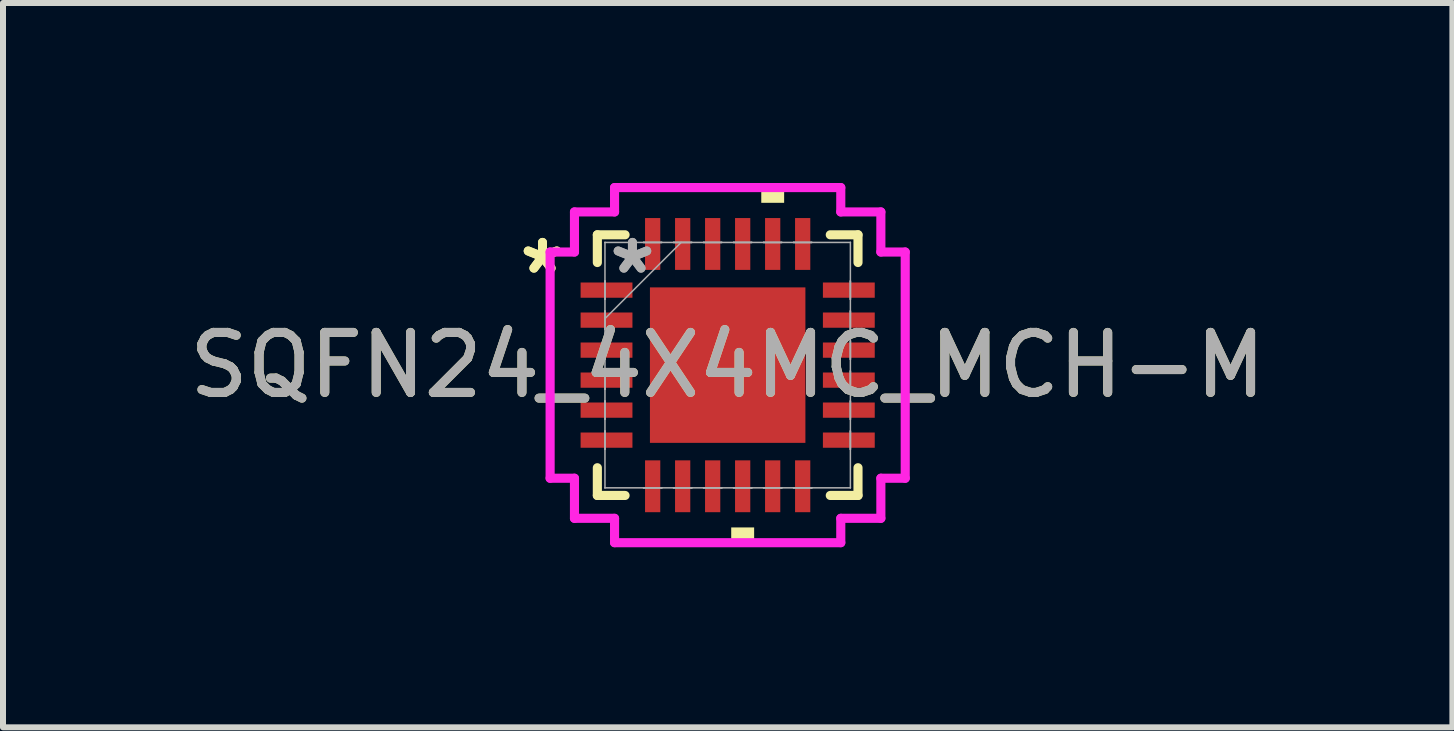
<source format=kicad_pcb>
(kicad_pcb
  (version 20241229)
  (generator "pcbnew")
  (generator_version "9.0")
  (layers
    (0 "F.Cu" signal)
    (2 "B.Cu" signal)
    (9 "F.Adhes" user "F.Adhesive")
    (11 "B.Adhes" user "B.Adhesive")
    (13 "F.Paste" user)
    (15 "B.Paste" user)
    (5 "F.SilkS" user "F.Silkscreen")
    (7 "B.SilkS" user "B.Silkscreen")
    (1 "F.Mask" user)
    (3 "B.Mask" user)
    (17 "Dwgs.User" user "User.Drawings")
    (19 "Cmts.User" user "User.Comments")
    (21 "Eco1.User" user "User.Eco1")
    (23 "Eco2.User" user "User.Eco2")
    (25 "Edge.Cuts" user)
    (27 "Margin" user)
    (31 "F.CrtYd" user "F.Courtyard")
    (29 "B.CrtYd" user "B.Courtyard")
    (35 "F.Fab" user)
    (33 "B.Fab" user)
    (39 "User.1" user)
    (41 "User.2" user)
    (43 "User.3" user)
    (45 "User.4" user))
  (footprint "SQFN24_4X4MC_MCH-M"
    (layer "F.Cu")
    (at 9.077 3.035)
    (property "Reference" "SQFN24_4X4MC_MCH-M" (at 0 0 0) (unlocked yes) (layer "F.SilkS") (effects (font (size 1 1) (thickness 0.15))))
    (attr smd)
    (fp_line (start -2.172 -2.172) (end -2.172 -1.71) (stroke (width 0.152) (type solid)) (layer "F.SilkS"))
    (fp_line (start -2.172 1.71) (end -2.172 2.172) (stroke (width 0.152) (type solid)) (layer "F.SilkS"))
    (fp_line (start -2.172 2.172) (end -1.71 2.172) (stroke (width 0.152) (type solid)) (layer "F.SilkS"))
    (fp_line (start -1.71 -2.172) (end -2.172 -2.172) (stroke (width 0.152) (type solid)) (layer "F.SilkS"))
    (fp_line (start 1.71 2.172) (end 2.172 2.172) (stroke (width 0.152) (type solid)) (layer "F.SilkS"))
    (fp_line (start 2.172 -2.172) (end 1.71 -2.172) (stroke (width 0.152) (type solid)) (layer "F.SilkS"))
    (fp_line (start 2.172 -1.71) (end 2.172 -2.172) (stroke (width 0.152) (type solid)) (layer "F.SilkS"))
    (fp_line (start 2.172 2.172) (end 2.172 1.71) (stroke (width 0.152) (type solid)) (layer "F.SilkS"))
    (fp_poly (pts (xy 0.059 2.705) (xy 0.059 2.959) (xy 0.441 2.959) (xy 0.441 2.705)) (stroke (width 0) (type solid)) (fill yes) (layer "F.SilkS"))
    (fp_poly (pts (xy 0.56 -2.705) (xy 0.56 -2.959) (xy 0.941 -2.959) (xy 0.941 -2.705)) (stroke (width 0) (type solid)) (fill yes) (layer "F.SilkS"))
    (fp_poly (pts (xy -1.195 -1.195) (xy -1.195 -0.1) (xy -0.1 -0.1) (xy -0.1 -1.195)) (stroke (width 0) (type solid)) (fill yes) (layer "F.Paste"))
    (fp_poly (pts (xy -1.195 0.1) (xy -1.195 1.195) (xy -0.1 1.195) (xy -0.1 0.1)) (stroke (width 0) (type solid)) (fill yes) (layer "F.Paste"))
    (fp_poly (pts (xy 0.1 -1.195) (xy 0.1 -0.1) (xy 1.195 -0.1) (xy 1.195 -1.195)) (stroke (width 0) (type solid)) (fill yes) (layer "F.Paste"))
    (fp_poly (pts (xy 0.1 0.1) (xy 0.1 1.195) (xy 1.195 1.195) (xy 1.195 0.1)) (stroke (width 0) (type solid)) (fill yes) (layer "F.Paste"))
    (fp_line (start -2.959 -1.885) (end -2.553 -1.885) (stroke (width 0.152) (type solid)) (layer "F.CrtYd"))
    (fp_line (start -2.959 1.885) (end -2.959 -1.885) (stroke (width 0.152) (type solid)) (layer "F.CrtYd"))
    (fp_line (start -2.553 -2.553) (end -1.885 -2.553) (stroke (width 0.152) (type solid)) (layer "F.CrtYd"))
    (fp_line (start -2.553 -1.885) (end -2.553 -2.553) (stroke (width 0.152) (type solid)) (layer "F.CrtYd"))
    (fp_line (start -2.553 1.885) (end -2.959 1.885) (stroke (width 0.152) (type solid)) (layer "F.CrtYd"))
    (fp_line (start -2.553 2.553) (end -2.553 1.885) (stroke (width 0.152) (type solid)) (layer "F.CrtYd"))
    (fp_line (start -1.885 -2.959) (end 1.885 -2.959) (stroke (width 0.152) (type solid)) (layer "F.CrtYd"))
    (fp_line (start -1.885 -2.553) (end -1.885 -2.959) (stroke (width 0.152) (type solid)) (layer "F.CrtYd"))
    (fp_line (start -1.885 2.553) (end -2.553 2.553) (stroke (width 0.152) (type solid)) (layer "F.CrtYd"))
    (fp_line (start -1.885 2.959) (end -1.885 2.553) (stroke (width 0.152) (type solid)) (layer "F.CrtYd"))
    (fp_line (start 1.885 -2.959) (end 1.885 -2.553) (stroke (width 0.152) (type solid)) (layer "F.CrtYd"))
    (fp_line (start 1.885 -2.553) (end 2.553 -2.553) (stroke (width 0.152) (type solid)) (layer "F.CrtYd"))
    (fp_line (start 1.885 2.553) (end 1.885 2.959) (stroke (width 0.152) (type solid)) (layer "F.CrtYd"))
    (fp_line (start 1.885 2.959) (end -1.885 2.959) (stroke (width 0.152) (type solid)) (layer "F.CrtYd"))
    (fp_line (start 2.553 -2.553) (end 2.553 -1.885) (stroke (width 0.152) (type solid)) (layer "F.CrtYd"))
    (fp_line (start 2.553 -1.885) (end 2.959 -1.885) (stroke (width 0.152) (type solid)) (layer "F.CrtYd"))
    (fp_line (start 2.553 1.885) (end 2.553 2.553) (stroke (width 0.152) (type solid)) (layer "F.CrtYd"))
    (fp_line (start 2.553 2.553) (end 1.885 2.553) (stroke (width 0.152) (type solid)) (layer "F.CrtYd"))
    (fp_line (start 2.959 -1.885) (end 2.959 1.885) (stroke (width 0.152) (type solid)) (layer "F.CrtYd"))
    (fp_line (start 2.959 1.885) (end 2.553 1.885) (stroke (width 0.152) (type solid)) (layer "F.CrtYd"))
    (fp_line (start -2.045 -2.045) (end -2.045 -2.045) (stroke (width 0.025) (type solid)) (layer "F.Fab"))
    (fp_line (start -2.045 -2.045) (end -2.045 2.045) (stroke (width 0.025) (type solid)) (layer "F.Fab"))
    (fp_line (start -2.045 -1.402) (end -2.045 -1.402) (stroke (width 0.025) (type solid)) (layer "F.Fab"))
    (fp_line (start -2.045 -1.402) (end -2.045 -1.098) (stroke (width 0.025) (type solid)) (layer "F.Fab"))
    (fp_line (start -2.045 -1.098) (end -2.045 -1.402) (stroke (width 0.025) (type solid)) (layer "F.Fab"))
    (fp_line (start -2.045 -1.098) (end -2.045 -1.098) (stroke (width 0.025) (type solid)) (layer "F.Fab"))
    (fp_line (start -2.045 -0.902) (end -2.045 -0.902) (stroke (width 0.025) (type solid)) (layer "F.Fab"))
    (fp_line (start -2.045 -0.902) (end -2.045 -0.598) (stroke (width 0.025) (type solid)) (layer "F.Fab"))
    (fp_line (start -2.045 -0.775) (end -0.775 -2.045) (stroke (width 0.025) (type solid)) (layer "F.Fab"))
    (fp_line (start -2.045 -0.598) (end -2.045 -0.902) (stroke (width 0.025) (type solid)) (layer "F.Fab"))
    (fp_line (start -2.045 -0.598) (end -2.045 -0.598) (stroke (width 0.025) (type solid)) (layer "F.Fab"))
    (fp_line (start -2.045 -0.402) (end -2.045 -0.402) (stroke (width 0.025) (type solid)) (layer "F.Fab"))
    (fp_line (start -2.045 -0.402) (end -2.045 -0.098) (stroke (width 0.025) (type solid)) (layer "F.Fab"))
    (fp_line (start -2.045 -0.098) (end -2.045 -0.402) (stroke (width 0.025) (type solid)) (layer "F.Fab"))
    (fp_line (start -2.045 -0.098) (end -2.045 -0.098) (stroke (width 0.025) (type solid)) (layer "F.Fab"))
    (fp_line (start -2.045 0.098) (end -2.045 0.098) (stroke (width 0.025) (type solid)) (layer "F.Fab"))
    (fp_line (start -2.045 0.098) (end -2.045 0.402) (stroke (width 0.025) (type solid)) (layer "F.Fab"))
    (fp_line (start -2.045 0.402) (end -2.045 0.098) (stroke (width 0.025) (type solid)) (layer "F.Fab"))
    (fp_line (start -2.045 0.402) (end -2.045 0.402) (stroke (width 0.025) (type solid)) (layer "F.Fab"))
    (fp_line (start -2.045 0.598) (end -2.045 0.598) (stroke (width 0.025) (type solid)) (layer "F.Fab"))
    (fp_line (start -2.045 0.598) (end -2.045 0.902) (stroke (width 0.025) (type solid)) (layer "F.Fab"))
    (fp_line (start -2.045 0.902) (end -2.045 0.598) (stroke (width 0.025) (type solid)) (layer "F.Fab"))
    (fp_line (start -2.045 0.902) (end -2.045 0.902) (stroke (width 0.025) (type solid)) (layer "F.Fab"))
    (fp_line (start -2.045 1.098) (end -2.045 1.098) (stroke (width 0.025) (type solid)) (layer "F.Fab"))
    (fp_line (start -2.045 1.098) (end -2.045 1.402) (stroke (width 0.025) (type solid)) (layer "F.Fab"))
    (fp_line (start -2.045 1.402) (end -2.045 1.098) (stroke (width 0.025) (type solid)) (layer "F.Fab"))
    (fp_line (start -2.045 1.402) (end -2.045 1.402) (stroke (width 0.025) (type solid)) (layer "F.Fab"))
    (fp_line (start -2.045 2.045) (end -2.045 2.045) (stroke (width 0.025) (type solid)) (layer "F.Fab"))
    (fp_line (start -2.045 2.045) (end 2.045 2.045) (stroke (width 0.025) (type solid)) (layer "F.Fab"))
    (fp_line (start -1.402 -2.045) (end -1.402 -2.045) (stroke (width 0.025) (type solid)) (layer "F.Fab"))
    (fp_line (start -1.402 -2.045) (end -1.098 -2.045) (stroke (width 0.025) (type solid)) (layer "F.Fab"))
    (fp_line (start -1.402 2.045) (end -1.402 2.045) (stroke (width 0.025) (type solid)) (layer "F.Fab"))
    (fp_line (start -1.402 2.045) (end -1.098 2.045) (stroke (width 0.025) (type solid)) (layer "F.Fab"))
    (fp_line (start -1.098 -2.045) (end -1.402 -2.045) (stroke (width 0.025) (type solid)) (layer "F.Fab"))
    (fp_line (start -1.098 -2.045) (end -1.098 -2.045) (stroke (width 0.025) (type solid)) (layer "F.Fab"))
    (fp_line (start -1.098 2.045) (end -1.402 2.045) (stroke (width 0.025) (type solid)) (layer "F.Fab"))
    (fp_line (start -1.098 2.045) (end -1.098 2.045) (stroke (width 0.025) (type solid)) (layer "F.Fab"))
    (fp_line (start -0.902 -2.045) (end -0.902 -2.045) (stroke (width 0.025) (type solid)) (layer "F.Fab"))
    (fp_line (start -0.902 -2.045) (end -0.598 -2.045) (stroke (width 0.025) (type solid)) (layer "F.Fab"))
    (fp_line (start -0.902 2.045) (end -0.902 2.045) (stroke (width 0.025) (type solid)) (layer "F.Fab"))
    (fp_line (start -0.902 2.045) (end -0.598 2.045) (stroke (width 0.025) (type solid)) (layer "F.Fab"))
    (fp_line (start -0.598 -2.045) (end -0.902 -2.045) (stroke (width 0.025) (type solid)) (layer "F.Fab"))
    (fp_line (start -0.598 -2.045) (end -0.598 -2.045) (stroke (width 0.025) (type solid)) (layer "F.Fab"))
    (fp_line (start -0.598 2.045) (end -0.902 2.045) (stroke (width 0.025) (type solid)) (layer "F.Fab"))
    (fp_line (start -0.598 2.045) (end -0.598 2.045) (stroke (width 0.025) (type solid)) (layer "F.Fab"))
    (fp_line (start -0.402 -2.045) (end -0.402 -2.045) (stroke (width 0.025) (type solid)) (layer "F.Fab"))
    (fp_line (start -0.402 -2.045) (end -0.098 -2.045) (stroke (width 0.025) (type solid)) (layer "F.Fab"))
    (fp_line (start -0.402 2.045) (end -0.402 2.045) (stroke (width 0.025) (type solid)) (layer "F.Fab"))
    (fp_line (start -0.402 2.045) (end -0.098 2.045) (stroke (width 0.025) (type solid)) (layer "F.Fab"))
    (fp_line (start -0.098 -2.045) (end -0.402 -2.045) (stroke (width 0.025) (type solid)) (layer "F.Fab"))
    (fp_line (start -0.098 -2.045) (end -0.098 -2.045) (stroke (width 0.025) (type solid)) (layer "F.Fab"))
    (fp_line (start -0.098 2.045) (end -0.402 2.045) (stroke (width 0.025) (type solid)) (layer "F.Fab"))
    (fp_line (start -0.098 2.045) (end -0.098 2.045) (stroke (width 0.025) (type solid)) (layer "F.Fab"))
    (fp_line (start 0.098 -2.045) (end 0.098 -2.045) (stroke (width 0.025) (type solid)) (layer "F.Fab"))
    (fp_line (start 0.098 -2.045) (end 0.402 -2.045) (stroke (width 0.025) (type solid)) (layer "F.Fab"))
    (fp_line (start 0.098 2.045) (end 0.098 2.045) (stroke (width 0.025) (type solid)) (layer "F.Fab"))
    (fp_line (start 0.098 2.045) (end 0.402 2.045) (stroke (width 0.025) (type solid)) (layer "F.Fab"))
    (fp_line (start 0.402 -2.045) (end 0.098 -2.045) (stroke (width 0.025) (type solid)) (layer "F.Fab"))
    (fp_line (start 0.402 -2.045) (end 0.402 -2.045) (stroke (width 0.025) (type solid)) (layer "F.Fab"))
    (fp_line (start 0.402 2.045) (end 0.098 2.045) (stroke (width 0.025) (type solid)) (layer "F.Fab"))
    (fp_line (start 0.402 2.045) (end 0.402 2.045) (stroke (width 0.025) (type solid)) (layer "F.Fab"))
    (fp_line (start 0.598 -2.045) (end 0.598 -2.045) (stroke (width 0.025) (type solid)) (layer "F.Fab"))
    (fp_line (start 0.598 -2.045) (end 0.902 -2.045) (stroke (width 0.025) (type solid)) (layer "F.Fab"))
    (fp_line (start 0.598 2.045) (end 0.598 2.045) (stroke (width 0.025) (type solid)) (layer "F.Fab"))
    (fp_line (start 0.598 2.045) (end 0.902 2.045) (stroke (width 0.025) (type solid)) (layer "F.Fab"))
    (fp_line (start 0.902 -2.045) (end 0.598 -2.045) (stroke (width 0.025) (type solid)) (layer "F.Fab"))
    (fp_line (start 0.902 -2.045) (end 0.902 -2.045) (stroke (width 0.025) (type solid)) (layer "F.Fab"))
    (fp_line (start 0.902 2.045) (end 0.598 2.045) (stroke (width 0.025) (type solid)) (layer "F.Fab"))
    (fp_line (start 0.902 2.045) (end 0.902 2.045) (stroke (width 0.025) (type solid)) (layer "F.Fab"))
    (fp_line (start 1.098 -2.045) (end 1.098 -2.045) (stroke (width 0.025) (type solid)) (layer "F.Fab"))
    (fp_line (start 1.098 -2.045) (end 1.402 -2.045) (stroke (width 0.025) (type solid)) (layer "F.Fab"))
    (fp_line (start 1.098 2.045) (end 1.098 2.045) (stroke (width 0.025) (type solid)) (layer "F.Fab"))
    (fp_line (start 1.098 2.045) (end 1.402 2.045) (stroke (width 0.025) (type solid)) (layer "F.Fab"))
    (fp_line (start 1.402 -2.045) (end 1.098 -2.045) (stroke (width 0.025) (type solid)) (layer "F.Fab"))
    (fp_line (start 1.402 -2.045) (end 1.402 -2.045) (stroke (width 0.025) (type solid)) (layer "F.Fab"))
    (fp_line (start 1.402 2.045) (end 1.098 2.045) (stroke (width 0.025) (type solid)) (layer "F.Fab"))
    (fp_line (start 1.402 2.045) (end 1.402 2.045) (stroke (width 0.025) (type solid)) (layer "F.Fab"))
    (fp_line (start 2.045 -2.045) (end -2.045 -2.045) (stroke (width 0.025) (type solid)) (layer "F.Fab"))
    (fp_line (start 2.045 -2.045) (end 2.045 -2.045) (stroke (width 0.025) (type solid)) (layer "F.Fab"))
    (fp_line (start 2.045 -1.402) (end 2.045 -1.402) (stroke (width 0.025) (type solid)) (layer "F.Fab"))
    (fp_line (start 2.045 -1.402) (end 2.045 -1.098) (stroke (width 0.025) (type solid)) (layer "F.Fab"))
    (fp_line (start 2.045 -1.098) (end 2.045 -1.402) (stroke (width 0.025) (type solid)) (layer "F.Fab"))
    (fp_line (start 2.045 -1.098) (end 2.045 -1.098) (stroke (width 0.025) (type solid)) (layer "F.Fab"))
    (fp_line (start 2.045 -0.902) (end 2.045 -0.902) (stroke (width 0.025) (type solid)) (layer "F.Fab"))
    (fp_line (start 2.045 -0.902) (end 2.045 -0.598) (stroke (width 0.025) (type solid)) (layer "F.Fab"))
    (fp_line (start 2.045 -0.598) (end 2.045 -0.902) (stroke (width 0.025) (type solid)) (layer "F.Fab"))
    (fp_line (start 2.045 -0.598) (end 2.045 -0.598) (stroke (width 0.025) (type solid)) (layer "F.Fab"))
    (fp_line (start 2.045 -0.402) (end 2.045 -0.402) (stroke (width 0.025) (type solid)) (layer "F.Fab"))
    (fp_line (start 2.045 -0.402) (end 2.045 -0.098) (stroke (width 0.025) (type solid)) (layer "F.Fab"))
    (fp_line (start 2.045 -0.098) (end 2.045 -0.402) (stroke (width 0.025) (type solid)) (layer "F.Fab"))
    (fp_line (start 2.045 -0.098) (end 2.045 -0.098) (stroke (width 0.025) (type solid)) (layer "F.Fab"))
    (fp_line (start 2.045 0.098) (end 2.045 0.098) (stroke (width 0.025) (type solid)) (layer "F.Fab"))
    (fp_line (start 2.045 0.098) (end 2.045 0.402) (stroke (width 0.025) (type solid)) (layer "F.Fab"))
    (fp_line (start 2.045 0.402) (end 2.045 0.098) (stroke (width 0.025) (type solid)) (layer "F.Fab"))
    (fp_line (start 2.045 0.402) (end 2.045 0.402) (stroke (width 0.025) (type solid)) (layer "F.Fab"))
    (fp_line (start 2.045 0.598) (end 2.045 0.598) (stroke (width 0.025) (type solid)) (layer "F.Fab"))
    (fp_line (start 2.045 0.598) (end 2.045 0.902) (stroke (width 0.025) (type solid)) (layer "F.Fab"))
    (fp_line (start 2.045 0.902) (end 2.045 0.598) (stroke (width 0.025) (type solid)) (layer "F.Fab"))
    (fp_line (start 2.045 0.902) (end 2.045 0.902) (stroke (width 0.025) (type solid)) (layer "F.Fab"))
    (fp_line (start 2.045 1.098) (end 2.045 1.098) (stroke (width 0.025) (type solid)) (layer "F.Fab"))
    (fp_line (start 2.045 1.098) (end 2.045 1.402) (stroke (width 0.025) (type solid)) (layer "F.Fab"))
    (fp_line (start 2.045 1.402) (end 2.045 1.098) (stroke (width 0.025) (type solid)) (layer "F.Fab"))
    (fp_line (start 2.045 1.402) (end 2.045 1.402) (stroke (width 0.025) (type solid)) (layer "F.Fab"))
    (fp_line (start 2.045 2.045) (end 2.045 -2.045) (stroke (width 0.025) (type solid)) (layer "F.Fab"))
    (fp_line (start 2.045 2.045) (end 2.045 2.045) (stroke (width 0.025) (type solid)) (layer "F.Fab"))
    (fp_text user "*" (at -3.086 -1.5 0) (unlocked yes) (layer "F.SilkS") (effects (font (size 1 1) (thickness 0.15))))
    (fp_text user "*" (at -3.086 -1.5 0) (layer "F.SilkS") (effects (font (size 1 1) (thickness 0.15))))
    (fp_text user "*" (at -1.587 -1.5 0) (unlocked yes) (layer "F.Fab") (effects (font (size 1 1) (thickness 0.15))))
    (fp_text user "*" (at -1.587 -1.5 0) (layer "F.Fab") (effects (font (size 1 1) (thickness 0.15))))
    (fp_text user "${REFERENCE}" (at 0 0 0) (unlocked yes) (layer "F.Fab") (effects (font (size 1 1) (thickness 0.15))))
    (pad "1" smd rect (at -2.019 -1.25 90) (size 0.254 0.864) (layers "F.Cu" "F.Mask" "F.Paste"))
    (pad "2" smd rect (at -2.019 -0.75 90) (size 0.254 0.864) (layers "F.Cu" "F.Mask" "F.Paste"))
    (pad "3" smd rect (at -2.019 -0.25 90) (size 0.254 0.864) (layers "F.Cu" "F.Mask" "F.Paste"))
    (pad "4" smd rect (at -2.019 0.25 90) (size 0.254 0.864) (layers "F.Cu" "F.Mask" "F.Paste"))
    (pad "5" smd rect (at -2.019 0.75 90) (size 0.254 0.864) (layers "F.Cu" "F.Mask" "F.Paste"))
    (pad "6" smd rect (at -2.019 1.25 90) (size 0.254 0.864) (layers "F.Cu" "F.Mask" "F.Paste"))
    (pad "7" smd rect (at -1.25 2.019) (size 0.254 0.864) (layers "F.Cu" "F.Mask" "F.Paste"))
    (pad "8" smd rect (at -0.75 2.019) (size 0.254 0.864) (layers "F.Cu" "F.Mask" "F.Paste"))
    (pad "9" smd rect (at -0.25 2.019) (size 0.254 0.864) (layers "F.Cu" "F.Mask" "F.Paste"))
    (pad "10" smd rect (at 0.25 2.019) (size 0.254 0.864) (layers "F.Cu" "F.Mask" "F.Paste"))
    (pad "11" smd rect (at 0.75 2.019) (size 0.254 0.864) (layers "F.Cu" "F.Mask" "F.Paste"))
    (pad "12" smd rect (at 1.25 2.019) (size 0.254 0.864) (layers "F.Cu" "F.Mask" "F.Paste"))
    (pad "13" smd rect (at 2.019 1.25 90) (size 0.254 0.864) (layers "F.Cu" "F.Mask" "F.Paste"))
    (pad "14" smd rect (at 2.019 0.75 90) (size 0.254 0.864) (layers "F.Cu" "F.Mask" "F.Paste"))
    (pad "15" smd rect (at 2.019 0.25 90) (size 0.254 0.864) (layers "F.Cu" "F.Mask" "F.Paste"))
    (pad "16" smd rect (at 2.019 -0.25 90) (size 0.254 0.864) (layers "F.Cu" "F.Mask" "F.Paste"))
    (pad "17" smd rect (at 2.019 -0.75 90) (size 0.254 0.864) (layers "F.Cu" "F.Mask" "F.Paste"))
    (pad "18" smd rect (at 2.019 -1.25 90) (size 0.254 0.864) (layers "F.Cu" "F.Mask" "F.Paste"))
    (pad "19" smd rect (at 1.25 -2.019) (size 0.254 0.864) (layers "F.Cu" "F.Mask" "F.Paste"))
    (pad "20" smd rect (at 0.75 -2.019) (size 0.254 0.864) (layers "F.Cu" "F.Mask" "F.Paste"))
    (pad "21" smd rect (at 0.25 -2.019) (size 0.254 0.864) (layers "F.Cu" "F.Mask" "F.Paste"))
    (pad "22" smd rect (at -0.25 -2.019) (size 0.254 0.864) (layers "F.Cu" "F.Mask" "F.Paste"))
    (pad "23" smd rect (at -0.75 -2.019) (size 0.254 0.864) (layers "F.Cu" "F.Mask" "F.Paste"))
    (pad "24" smd rect (at -1.25 -2.019) (size 0.254 0.864) (layers "F.Cu" "F.Mask" "F.Paste"))
    (pad "25" smd rect (at 0 0) (size 2.591 2.591) (layers "F.Cu" "F.Mask" "F.Paste")))
  (gr_rect
    (start -3 -3)
    (end 21.155 9.071)
    (stroke (width 0.1) (type default))
    (fill no)
    (layer "Edge.Cuts")))
</source>
